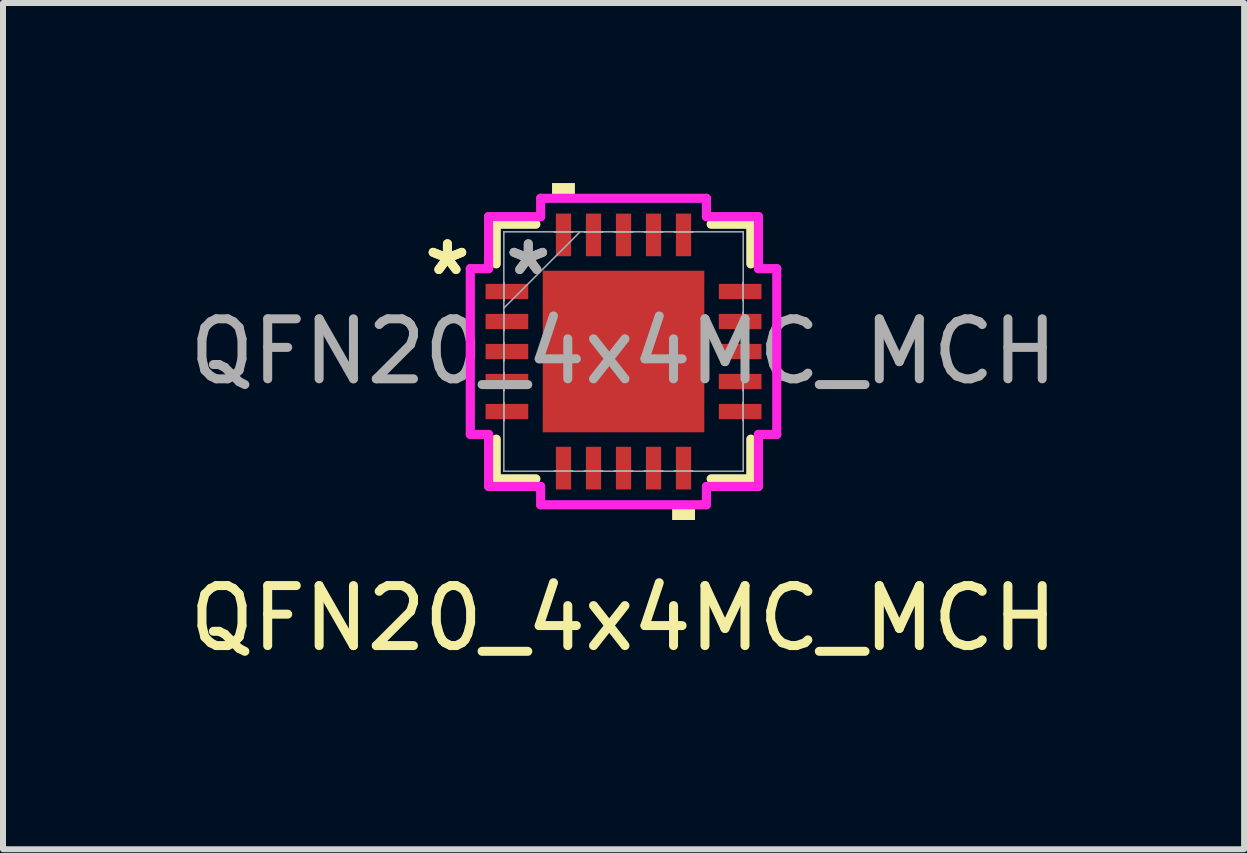
<source format=kicad_pcb>
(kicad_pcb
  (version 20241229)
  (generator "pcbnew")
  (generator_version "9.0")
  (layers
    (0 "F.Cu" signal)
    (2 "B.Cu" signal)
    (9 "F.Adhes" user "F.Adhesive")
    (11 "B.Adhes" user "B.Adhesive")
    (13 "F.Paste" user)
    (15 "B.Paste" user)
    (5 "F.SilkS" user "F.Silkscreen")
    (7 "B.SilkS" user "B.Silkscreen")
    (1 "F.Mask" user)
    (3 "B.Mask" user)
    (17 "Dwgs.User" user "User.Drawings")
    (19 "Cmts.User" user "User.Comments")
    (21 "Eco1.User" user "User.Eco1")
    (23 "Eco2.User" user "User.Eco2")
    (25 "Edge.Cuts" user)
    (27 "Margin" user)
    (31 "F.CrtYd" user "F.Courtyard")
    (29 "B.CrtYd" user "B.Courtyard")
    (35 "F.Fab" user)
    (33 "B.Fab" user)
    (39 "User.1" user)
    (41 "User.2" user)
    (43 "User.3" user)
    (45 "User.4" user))
  (footprint "QFN20_4x4MC_MCH"
    (layer "F.Cu")
    (at 7.339 2.807)
    (property "Reference" "QFN20_4x4MC_MCH" (at 0 4.445 0) (unlocked yes) (layer "F.SilkS") (effects (font (size 1 1) (thickness 0.15))))
    (attr smd)
    (fp_line (start -2.121 -2.121) (end -2.121 -1.46) (stroke (width 0.152) (type solid)) (layer "F.SilkS"))
    (fp_line (start -2.121 1.46) (end -2.121 2.121) (stroke (width 0.152) (type solid)) (layer "F.SilkS"))
    (fp_line (start -2.121 2.121) (end -1.46 2.121) (stroke (width 0.152) (type solid)) (layer "F.SilkS"))
    (fp_line (start -1.46 -2.121) (end -2.121 -2.121) (stroke (width 0.152) (type solid)) (layer "F.SilkS"))
    (fp_line (start 1.46 2.121) (end 2.121 2.121) (stroke (width 0.152) (type solid)) (layer "F.SilkS"))
    (fp_line (start 2.121 -2.121) (end 1.46 -2.121) (stroke (width 0.152) (type solid)) (layer "F.SilkS"))
    (fp_line (start 2.121 -1.46) (end 2.121 -2.121) (stroke (width 0.152) (type solid)) (layer "F.SilkS"))
    (fp_line (start 2.121 2.121) (end 2.121 1.46) (stroke (width 0.152) (type solid)) (layer "F.SilkS"))
    (fp_poly (pts (xy -1.191 -2.553) (xy -1.191 -2.807) (xy -0.81 -2.807) (xy -0.81 -2.553)) (stroke (width 0) (type solid)) (fill yes) (layer "F.SilkS"))
    (fp_poly (pts (xy 0.81 2.553) (xy 0.81 2.807) (xy 1.191 2.807) (xy 1.191 2.553)) (stroke (width 0) (type solid)) (fill yes) (layer "F.SilkS"))
    (fp_poly (pts (xy -1.246 -1.246) (xy -1.246 -0.1) (xy -0.1 -0.1) (xy -0.1 -1.246)) (stroke (width 0) (type solid)) (fill yes) (layer "F.Paste"))
    (fp_poly (pts (xy -1.246 0.1) (xy -1.246 1.246) (xy -0.1 1.246) (xy -0.1 0.1)) (stroke (width 0) (type solid)) (fill yes) (layer "F.Paste"))
    (fp_poly (pts (xy 0.1 -1.246) (xy 0.1 -0.1) (xy 1.246 -0.1) (xy 1.246 -1.246)) (stroke (width 0) (type solid)) (fill yes) (layer "F.Paste"))
    (fp_poly (pts (xy 0.1 0.1) (xy 0.1 1.246) (xy 1.246 1.246) (xy 1.246 0.1)) (stroke (width 0) (type solid)) (fill yes) (layer "F.Paste"))
    (fp_line (start -2.553 -1.381) (end -2.248 -1.381) (stroke (width 0.152) (type solid)) (layer "F.CrtYd"))
    (fp_line (start -2.553 1.381) (end -2.553 -1.381) (stroke (width 0.152) (type solid)) (layer "F.CrtYd"))
    (fp_line (start -2.248 -2.248) (end -1.381 -2.248) (stroke (width 0.152) (type solid)) (layer "F.CrtYd"))
    (fp_line (start -2.248 -1.381) (end -2.248 -2.248) (stroke (width 0.152) (type solid)) (layer "F.CrtYd"))
    (fp_line (start -2.248 1.381) (end -2.553 1.381) (stroke (width 0.152) (type solid)) (layer "F.CrtYd"))
    (fp_line (start -2.248 2.248) (end -2.248 1.381) (stroke (width 0.152) (type solid)) (layer "F.CrtYd"))
    (fp_line (start -1.381 -2.553) (end 1.381 -2.553) (stroke (width 0.152) (type solid)) (layer "F.CrtYd"))
    (fp_line (start -1.381 -2.248) (end -1.381 -2.553) (stroke (width 0.152) (type solid)) (layer "F.CrtYd"))
    (fp_line (start -1.381 2.248) (end -2.248 2.248) (stroke (width 0.152) (type solid)) (layer "F.CrtYd"))
    (fp_line (start -1.381 2.553) (end -1.381 2.248) (stroke (width 0.152) (type solid)) (layer "F.CrtYd"))
    (fp_line (start 1.381 -2.553) (end 1.381 -2.248) (stroke (width 0.152) (type solid)) (layer "F.CrtYd"))
    (fp_line (start 1.381 -2.248) (end 2.248 -2.248) (stroke (width 0.152) (type solid)) (layer "F.CrtYd"))
    (fp_line (start 1.381 2.248) (end 1.381 2.553) (stroke (width 0.152) (type solid)) (layer "F.CrtYd"))
    (fp_line (start 1.381 2.553) (end -1.381 2.553) (stroke (width 0.152) (type solid)) (layer "F.CrtYd"))
    (fp_line (start 2.248 -2.248) (end 2.248 -1.381) (stroke (width 0.152) (type solid)) (layer "F.CrtYd"))
    (fp_line (start 2.248 -1.381) (end 2.553 -1.381) (stroke (width 0.152) (type solid)) (layer "F.CrtYd"))
    (fp_line (start 2.248 1.381) (end 2.248 2.248) (stroke (width 0.152) (type solid)) (layer "F.CrtYd"))
    (fp_line (start 2.248 2.248) (end 1.381 2.248) (stroke (width 0.152) (type solid)) (layer "F.CrtYd"))
    (fp_line (start 2.553 -1.381) (end 2.553 1.381) (stroke (width 0.152) (type solid)) (layer "F.CrtYd"))
    (fp_line (start 2.553 1.381) (end 2.248 1.381) (stroke (width 0.152) (type solid)) (layer "F.CrtYd"))
    (fp_line (start -1.994 -1.994) (end -1.994 -1.994) (stroke (width 0.025) (type solid)) (layer "F.Fab"))
    (fp_line (start -1.994 -1.994) (end -1.994 1.994) (stroke (width 0.025) (type solid)) (layer "F.Fab"))
    (fp_line (start -1.994 -1.152) (end -1.994 -1.152) (stroke (width 0.025) (type solid)) (layer "F.Fab"))
    (fp_line (start -1.994 -1.152) (end -1.994 -0.848) (stroke (width 0.025) (type solid)) (layer "F.Fab"))
    (fp_line (start -1.994 -0.848) (end -1.994 -1.152) (stroke (width 0.025) (type solid)) (layer "F.Fab"))
    (fp_line (start -1.994 -0.848) (end -1.994 -0.848) (stroke (width 0.025) (type solid)) (layer "F.Fab"))
    (fp_line (start -1.994 -0.724) (end -0.724 -1.994) (stroke (width 0.025) (type solid)) (layer "F.Fab"))
    (fp_line (start -1.994 -0.652) (end -1.994 -0.652) (stroke (width 0.025) (type solid)) (layer "F.Fab"))
    (fp_line (start -1.994 -0.652) (end -1.994 -0.348) (stroke (width 0.025) (type solid)) (layer "F.Fab"))
    (fp_line (start -1.994 -0.348) (end -1.994 -0.652) (stroke (width 0.025) (type solid)) (layer "F.Fab"))
    (fp_line (start -1.994 -0.348) (end -1.994 -0.348) (stroke (width 0.025) (type solid)) (layer "F.Fab"))
    (fp_line (start -1.994 -0.152) (end -1.994 -0.152) (stroke (width 0.025) (type solid)) (layer "F.Fab"))
    (fp_line (start -1.994 -0.152) (end -1.994 0.152) (stroke (width 0.025) (type solid)) (layer "F.Fab"))
    (fp_line (start -1.994 0.152) (end -1.994 -0.152) (stroke (width 0.025) (type solid)) (layer "F.Fab"))
    (fp_line (start -1.994 0.152) (end -1.994 0.152) (stroke (width 0.025) (type solid)) (layer "F.Fab"))
    (fp_line (start -1.994 0.348) (end -1.994 0.348) (stroke (width 0.025) (type solid)) (layer "F.Fab"))
    (fp_line (start -1.994 0.348) (end -1.994 0.652) (stroke (width 0.025) (type solid)) (layer "F.Fab"))
    (fp_line (start -1.994 0.652) (end -1.994 0.348) (stroke (width 0.025) (type solid)) (layer "F.Fab"))
    (fp_line (start -1.994 0.652) (end -1.994 0.652) (stroke (width 0.025) (type solid)) (layer "F.Fab"))
    (fp_line (start -1.994 0.848) (end -1.994 0.848) (stroke (width 0.025) (type solid)) (layer "F.Fab"))
    (fp_line (start -1.994 0.848) (end -1.994 1.152) (stroke (width 0.025) (type solid)) (layer "F.Fab"))
    (fp_line (start -1.994 1.152) (end -1.994 0.848) (stroke (width 0.025) (type solid)) (layer "F.Fab"))
    (fp_line (start -1.994 1.152) (end -1.994 1.152) (stroke (width 0.025) (type solid)) (layer "F.Fab"))
    (fp_line (start -1.994 1.994) (end -1.994 1.994) (stroke (width 0.025) (type solid)) (layer "F.Fab"))
    (fp_line (start -1.994 1.994) (end 1.994 1.994) (stroke (width 0.025) (type solid)) (layer "F.Fab"))
    (fp_line (start -1.152 -1.994) (end -1.152 -1.994) (stroke (width 0.025) (type solid)) (layer "F.Fab"))
    (fp_line (start -1.152 -1.994) (end -0.848 -1.994) (stroke (width 0.025) (type solid)) (layer "F.Fab"))
    (fp_line (start -1.152 1.994) (end -1.152 1.994) (stroke (width 0.025) (type solid)) (layer "F.Fab"))
    (fp_line (start -1.152 1.994) (end -0.848 1.994) (stroke (width 0.025) (type solid)) (layer "F.Fab"))
    (fp_line (start -0.848 -1.994) (end -1.152 -1.994) (stroke (width 0.025) (type solid)) (layer "F.Fab"))
    (fp_line (start -0.848 -1.994) (end -0.848 -1.994) (stroke (width 0.025) (type solid)) (layer "F.Fab"))
    (fp_line (start -0.848 1.994) (end -1.152 1.994) (stroke (width 0.025) (type solid)) (layer "F.Fab"))
    (fp_line (start -0.848 1.994) (end -0.848 1.994) (stroke (width 0.025) (type solid)) (layer "F.Fab"))
    (fp_line (start -0.652 -1.994) (end -0.652 -1.994) (stroke (width 0.025) (type solid)) (layer "F.Fab"))
    (fp_line (start -0.652 -1.994) (end -0.348 -1.994) (stroke (width 0.025) (type solid)) (layer "F.Fab"))
    (fp_line (start -0.652 1.994) (end -0.652 1.994) (stroke (width 0.025) (type solid)) (layer "F.Fab"))
    (fp_line (start -0.652 1.994) (end -0.348 1.994) (stroke (width 0.025) (type solid)) (layer "F.Fab"))
    (fp_line (start -0.348 -1.994) (end -0.652 -1.994) (stroke (width 0.025) (type solid)) (layer "F.Fab"))
    (fp_line (start -0.348 -1.994) (end -0.348 -1.994) (stroke (width 0.025) (type solid)) (layer "F.Fab"))
    (fp_line (start -0.348 1.994) (end -0.652 1.994) (stroke (width 0.025) (type solid)) (layer "F.Fab"))
    (fp_line (start -0.348 1.994) (end -0.348 1.994) (stroke (width 0.025) (type solid)) (layer "F.Fab"))
    (fp_line (start -0.152 -1.994) (end -0.152 -1.994) (stroke (width 0.025) (type solid)) (layer "F.Fab"))
    (fp_line (start -0.152 -1.994) (end 0.152 -1.994) (stroke (width 0.025) (type solid)) (layer "F.Fab"))
    (fp_line (start -0.152 1.994) (end -0.152 1.994) (stroke (width 0.025) (type solid)) (layer "F.Fab"))
    (fp_line (start -0.152 1.994) (end 0.152 1.994) (stroke (width 0.025) (type solid)) (layer "F.Fab"))
    (fp_line (start 0.152 -1.994) (end -0.152 -1.994) (stroke (width 0.025) (type solid)) (layer "F.Fab"))
    (fp_line (start 0.152 -1.994) (end 0.152 -1.994) (stroke (width 0.025) (type solid)) (layer "F.Fab"))
    (fp_line (start 0.152 1.994) (end -0.152 1.994) (stroke (width 0.025) (type solid)) (layer "F.Fab"))
    (fp_line (start 0.152 1.994) (end 0.152 1.994) (stroke (width 0.025) (type solid)) (layer "F.Fab"))
    (fp_line (start 0.348 -1.994) (end 0.348 -1.994) (stroke (width 0.025) (type solid)) (layer "F.Fab"))
    (fp_line (start 0.348 -1.994) (end 0.652 -1.994) (stroke (width 0.025) (type solid)) (layer "F.Fab"))
    (fp_line (start 0.348 1.994) (end 0.348 1.994) (stroke (width 0.025) (type solid)) (layer "F.Fab"))
    (fp_line (start 0.348 1.994) (end 0.652 1.994) (stroke (width 0.025) (type solid)) (layer "F.Fab"))
    (fp_line (start 0.652 -1.994) (end 0.348 -1.994) (stroke (width 0.025) (type solid)) (layer "F.Fab"))
    (fp_line (start 0.652 -1.994) (end 0.652 -1.994) (stroke (width 0.025) (type solid)) (layer "F.Fab"))
    (fp_line (start 0.652 1.994) (end 0.348 1.994) (stroke (width 0.025) (type solid)) (layer "F.Fab"))
    (fp_line (start 0.652 1.994) (end 0.652 1.994) (stroke (width 0.025) (type solid)) (layer "F.Fab"))
    (fp_line (start 0.848 -1.994) (end 0.848 -1.994) (stroke (width 0.025) (type solid)) (layer "F.Fab"))
    (fp_line (start 0.848 -1.994) (end 1.152 -1.994) (stroke (width 0.025) (type solid)) (layer "F.Fab"))
    (fp_line (start 0.848 1.994) (end 0.848 1.994) (stroke (width 0.025) (type solid)) (layer "F.Fab"))
    (fp_line (start 0.848 1.994) (end 1.152 1.994) (stroke (width 0.025) (type solid)) (layer "F.Fab"))
    (fp_line (start 1.152 -1.994) (end 0.848 -1.994) (stroke (width 0.025) (type solid)) (layer "F.Fab"))
    (fp_line (start 1.152 -1.994) (end 1.152 -1.994) (stroke (width 0.025) (type solid)) (layer "F.Fab"))
    (fp_line (start 1.152 1.994) (end 0.848 1.994) (stroke (width 0.025) (type solid)) (layer "F.Fab"))
    (fp_line (start 1.152 1.994) (end 1.152 1.994) (stroke (width 0.025) (type solid)) (layer "F.Fab"))
    (fp_line (start 1.994 -1.994) (end -1.994 -1.994) (stroke (width 0.025) (type solid)) (layer "F.Fab"))
    (fp_line (start 1.994 -1.994) (end 1.994 -1.994) (stroke (width 0.025) (type solid)) (layer "F.Fab"))
    (fp_line (start 1.994 -1.152) (end 1.994 -1.152) (stroke (width 0.025) (type solid)) (layer "F.Fab"))
    (fp_line (start 1.994 -1.152) (end 1.994 -0.848) (stroke (width 0.025) (type solid)) (layer "F.Fab"))
    (fp_line (start 1.994 -0.848) (end 1.994 -1.152) (stroke (width 0.025) (type solid)) (layer "F.Fab"))
    (fp_line (start 1.994 -0.848) (end 1.994 -0.848) (stroke (width 0.025) (type solid)) (layer "F.Fab"))
    (fp_line (start 1.994 -0.652) (end 1.994 -0.652) (stroke (width 0.025) (type solid)) (layer "F.Fab"))
    (fp_line (start 1.994 -0.652) (end 1.994 -0.348) (stroke (width 0.025) (type solid)) (layer "F.Fab"))
    (fp_line (start 1.994 -0.348) (end 1.994 -0.652) (stroke (width 0.025) (type solid)) (layer "F.Fab"))
    (fp_line (start 1.994 -0.348) (end 1.994 -0.348) (stroke (width 0.025) (type solid)) (layer "F.Fab"))
    (fp_line (start 1.994 -0.152) (end 1.994 -0.152) (stroke (width 0.025) (type solid)) (layer "F.Fab"))
    (fp_line (start 1.994 -0.152) (end 1.994 0.152) (stroke (width 0.025) (type solid)) (layer "F.Fab"))
    (fp_line (start 1.994 0.152) (end 1.994 -0.152) (stroke (width 0.025) (type solid)) (layer "F.Fab"))
    (fp_line (start 1.994 0.152) (end 1.994 0.152) (stroke (width 0.025) (type solid)) (layer "F.Fab"))
    (fp_line (start 1.994 0.348) (end 1.994 0.348) (stroke (width 0.025) (type solid)) (layer "F.Fab"))
    (fp_line (start 1.994 0.348) (end 1.994 0.652) (stroke (width 0.025) (type solid)) (layer "F.Fab"))
    (fp_line (start 1.994 0.652) (end 1.994 0.348) (stroke (width 0.025) (type solid)) (layer "F.Fab"))
    (fp_line (start 1.994 0.652) (end 1.994 0.652) (stroke (width 0.025) (type solid)) (layer "F.Fab"))
    (fp_line (start 1.994 0.848) (end 1.994 0.848) (stroke (width 0.025) (type solid)) (layer "F.Fab"))
    (fp_line (start 1.994 0.848) (end 1.994 1.152) (stroke (width 0.025) (type solid)) (layer "F.Fab"))
    (fp_line (start 1.994 1.152) (end 1.994 0.848) (stroke (width 0.025) (type solid)) (layer "F.Fab"))
    (fp_line (start 1.994 1.152) (end 1.994 1.152) (stroke (width 0.025) (type solid)) (layer "F.Fab"))
    (fp_line (start 1.994 1.994) (end 1.994 -1.994) (stroke (width 0.025) (type solid)) (layer "F.Fab"))
    (fp_line (start 1.994 1.994) (end 1.994 1.994) (stroke (width 0.025) (type solid)) (layer "F.Fab"))
    (fp_text user "*" (at -2.934 -1.25 0) (layer "F.SilkS") (effects (font (size 1 1) (thickness 0.15))))
    (fp_text user "*" (at -2.934 -1.25 0) (unlocked yes) (layer "F.SilkS") (effects (font (size 1 1) (thickness 0.15))))
    (fp_text user "*" (at -1.587 -1.25 0) (unlocked yes) (layer "F.Fab") (effects (font (size 1 1) (thickness 0.15))))
    (fp_text user "${REFERENCE}" (at 0 0 0) (unlocked yes) (layer "F.Fab") (effects (font (size 1 1) (thickness 0.15))))
    (fp_text user "*" (at -1.587 -1.25 0) (layer "F.Fab") (effects (font (size 1 1) (thickness 0.15))))
    (pad "1" smd rect (at -1.943 -1 90) (size 0.254 0.711) (layers "F.Cu" "F.Mask" "F.Paste"))
    (pad "2" smd rect (at -1.943 -0.5 90) (size 0.254 0.711) (layers "F.Cu" "F.Mask" "F.Paste"))
    (pad "3" smd rect (at -1.943 0 90) (size 0.254 0.711) (layers "F.Cu" "F.Mask" "F.Paste"))
    (pad "4" smd rect (at -1.943 0.5 90) (size 0.254 0.711) (layers "F.Cu" "F.Mask" "F.Paste"))
    (pad "5" smd rect (at -1.943 1 90) (size 0.254 0.711) (layers "F.Cu" "F.Mask" "F.Paste"))
    (pad "6" smd rect (at -1 1.943) (size 0.254 0.711) (layers "F.Cu" "F.Mask" "F.Paste"))
    (pad "7" smd rect (at -0.5 1.943) (size 0.254 0.711) (layers "F.Cu" "F.Mask" "F.Paste"))
    (pad "8" smd rect (at 0 1.943) (size 0.254 0.711) (layers "F.Cu" "F.Mask" "F.Paste"))
    (pad "9" smd rect (at 0.5 1.943) (size 0.254 0.711) (layers "F.Cu" "F.Mask" "F.Paste"))
    (pad "10" smd rect (at 1 1.943) (size 0.254 0.711) (layers "F.Cu" "F.Mask" "F.Paste"))
    (pad "11" smd rect (at 1.943 1 90) (size 0.254 0.711) (layers "F.Cu" "F.Mask" "F.Paste"))
    (pad "12" smd rect (at 1.943 0.5 90) (size 0.254 0.711) (layers "F.Cu" "F.Mask" "F.Paste"))
    (pad "13" smd rect (at 1.943 0 90) (size 0.254 0.711) (layers "F.Cu" "F.Mask" "F.Paste"))
    (pad "14" smd rect (at 1.943 -0.5 90) (size 0.254 0.711) (layers "F.Cu" "F.Mask" "F.Paste"))
    (pad "15" smd rect (at 1.943 -1 90) (size 0.254 0.711) (layers "F.Cu" "F.Mask" "F.Paste"))
    (pad "16" smd rect (at 1 -1.943) (size 0.254 0.711) (layers "F.Cu" "F.Mask" "F.Paste"))
    (pad "17" smd rect (at 0.5 -1.943) (size 0.254 0.711) (layers "F.Cu" "F.Mask" "F.Paste"))
    (pad "18" smd rect (at 0 -1.943) (size 0.254 0.711) (layers "F.Cu" "F.Mask" "F.Paste"))
    (pad "19" smd rect (at -0.5 -1.943) (size 0.254 0.711) (layers "F.Cu" "F.Mask" "F.Paste"))
    (pad "20" smd rect (at -1 -1.943) (size 0.254 0.711) (layers "F.Cu" "F.Mask" "F.Paste"))
    (pad "21" smd rect (at 0 0) (size 2.692 2.692) (layers "F.Cu" "F.Mask")))
  (gr_rect
    (start -3 -3)
    (end 17.679 11.1)
    (stroke (width 0.1) (type default))
    (fill no)
    (layer "Edge.Cuts")))
</source>
